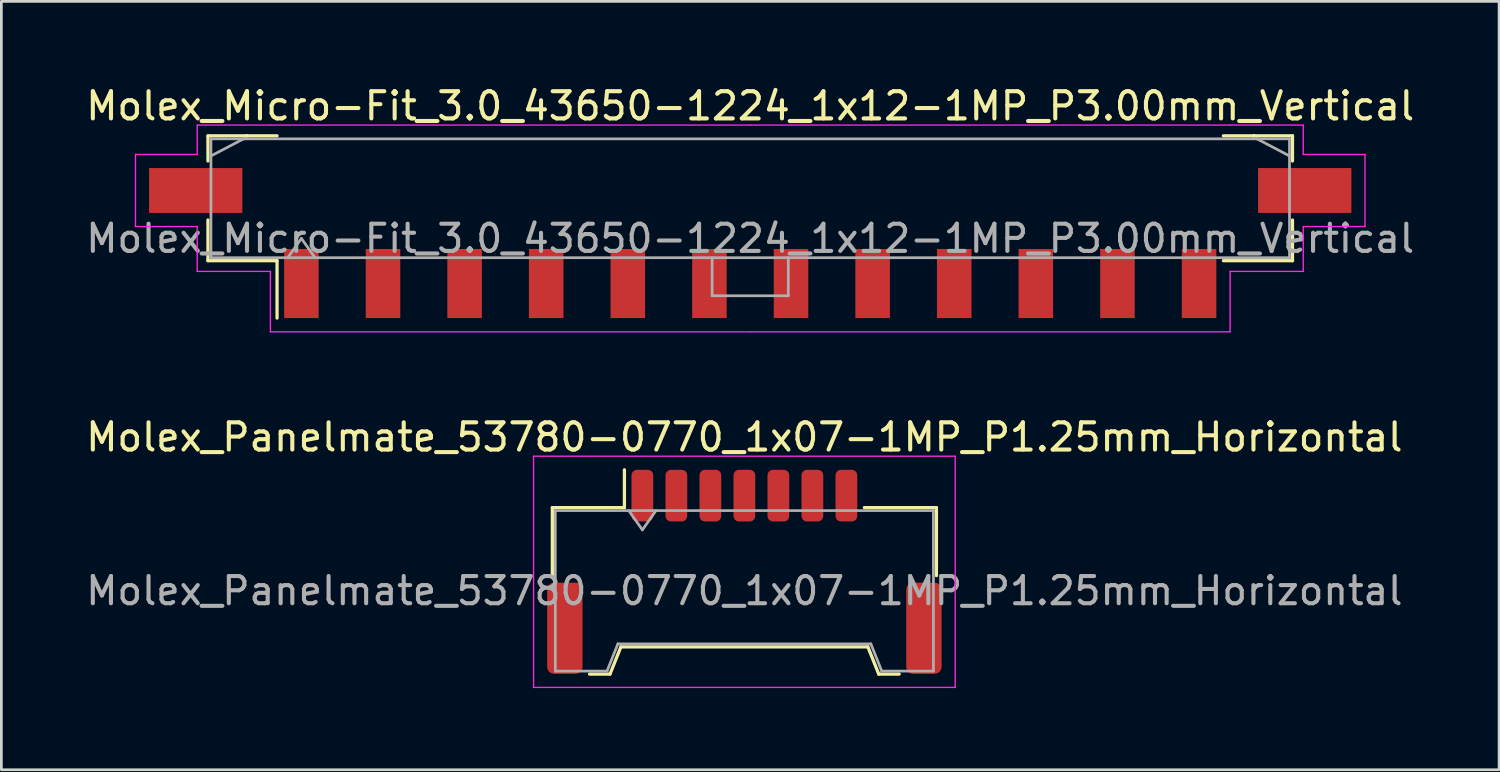
<source format=kicad_pcb>
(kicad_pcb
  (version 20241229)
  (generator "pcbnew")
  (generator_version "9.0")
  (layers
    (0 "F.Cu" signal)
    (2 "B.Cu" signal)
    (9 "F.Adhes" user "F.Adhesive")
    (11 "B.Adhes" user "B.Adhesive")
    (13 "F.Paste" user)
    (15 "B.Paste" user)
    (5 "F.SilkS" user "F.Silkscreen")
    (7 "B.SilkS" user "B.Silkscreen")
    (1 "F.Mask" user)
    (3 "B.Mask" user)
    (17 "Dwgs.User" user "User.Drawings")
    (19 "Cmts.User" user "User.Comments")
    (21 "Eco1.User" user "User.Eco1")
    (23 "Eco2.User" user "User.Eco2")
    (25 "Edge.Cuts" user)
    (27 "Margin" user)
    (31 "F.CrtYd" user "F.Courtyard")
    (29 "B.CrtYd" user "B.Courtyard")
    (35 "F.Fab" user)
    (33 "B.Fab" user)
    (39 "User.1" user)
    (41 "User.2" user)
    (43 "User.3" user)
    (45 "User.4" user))
  (footprint "Molex_Micro-Fit_3.0_43650-1224_1x12-1MP_P3.00mm_Vertical"
    (layer "F.Cu")
    (at 24.53 4.238)
    (property "Reference" "Molex_Micro-Fit_3.0_43650-1224_1x12-1MP_P3.00mm_Vertical" (at 0 -3.39 0) (layer "F.SilkS") (effects (font (size 1 1) (thickness 0.15))))
    (attr smd)
    (fp_line (start -19.935 -2.295) (end -18.515 -2.295) (stroke (width 0.12) (type solid)) (layer "F.SilkS"))
    (fp_line (start -19.935 -1.37) (end -19.935 -2.295) (stroke (width 0.12) (type solid)) (layer "F.SilkS"))
    (fp_line (start -19.935 0.8) (end -19.935 2.295) (stroke (width 0.12) (type solid)) (layer "F.SilkS"))
    (fp_line (start -19.935 2.295) (end -17.395 2.295) (stroke (width 0.12) (type solid)) (layer "F.SilkS"))
    (fp_line (start -18.515 -2.295) (end -18.515 -2.295) (stroke (width 0.12) (type solid)) (layer "F.SilkS"))
    (fp_line (start -18.515 -2.295) (end -17.395 -2.295) (stroke (width 0.12) (type solid)) (layer "F.SilkS"))
    (fp_line (start -17.395 2.295) (end -17.395 4.405) (stroke (width 0.12) (type solid)) (layer "F.SilkS"))
    (fp_line (start 18.515 -2.295) (end 17.395 -2.295) (stroke (width 0.12) (type solid)) (layer "F.SilkS"))
    (fp_line (start 18.515 -2.295) (end 18.515 -2.295) (stroke (width 0.12) (type solid)) (layer "F.SilkS"))
    (fp_line (start 19.935 -2.295) (end 18.515 -2.295) (stroke (width 0.12) (type solid)) (layer "F.SilkS"))
    (fp_line (start 19.935 -1.37) (end 19.935 -2.295) (stroke (width 0.12) (type solid)) (layer "F.SilkS"))
    (fp_line (start 19.935 0.8) (end 19.935 2.295) (stroke (width 0.12) (type solid)) (layer "F.SilkS"))
    (fp_line (start 19.935 2.295) (end 17.395 2.295) (stroke (width 0.12) (type solid)) (layer "F.SilkS"))
    (fp_line (start -22.6 -1.61) (end -22.6 1.04) (stroke (width 0.05) (type solid)) (layer "F.CrtYd"))
    (fp_line (start -22.6 1.04) (end -20.33 1.04) (stroke (width 0.05) (type solid)) (layer "F.CrtYd"))
    (fp_line (start -20.33 -2.69) (end -20.33 -1.61) (stroke (width 0.05) (type solid)) (layer "F.CrtYd"))
    (fp_line (start -20.33 -1.61) (end -22.6 -1.61) (stroke (width 0.05) (type solid)) (layer "F.CrtYd"))
    (fp_line (start -20.33 1.04) (end -20.33 2.69) (stroke (width 0.05) (type solid)) (layer "F.CrtYd"))
    (fp_line (start -20.33 2.69) (end -17.64 2.69) (stroke (width 0.05) (type solid)) (layer "F.CrtYd"))
    (fp_line (start -17.64 -2.69) (end -20.33 -2.69) (stroke (width 0.05) (type solid)) (layer "F.CrtYd"))
    (fp_line (start -17.64 2.69) (end -17.64 4.91) (stroke (width 0.05) (type solid)) (layer "F.CrtYd"))
    (fp_line (start -17.64 4.91) (end 0 4.91) (stroke (width 0.05) (type solid)) (layer "F.CrtYd"))
    (fp_line (start 0 -2.69) (end -17.64 -2.69) (stroke (width 0.05) (type solid)) (layer "F.CrtYd"))
    (fp_line (start 0 -2.69) (end 17.64 -2.69) (stroke (width 0.05) (type solid)) (layer "F.CrtYd"))
    (fp_line (start 17.64 -2.69) (end 20.33 -2.69) (stroke (width 0.05) (type solid)) (layer "F.CrtYd"))
    (fp_line (start 17.64 2.69) (end 17.64 4.91) (stroke (width 0.05) (type solid)) (layer "F.CrtYd"))
    (fp_line (start 17.64 4.91) (end 0 4.91) (stroke (width 0.05) (type solid)) (layer "F.CrtYd"))
    (fp_line (start 20.33 -2.69) (end 20.33 -1.61) (stroke (width 0.05) (type solid)) (layer "F.CrtYd"))
    (fp_line (start 20.33 -1.61) (end 22.6 -1.61) (stroke (width 0.05) (type solid)) (layer "F.CrtYd"))
    (fp_line (start 20.33 1.04) (end 20.33 2.69) (stroke (width 0.05) (type solid)) (layer "F.CrtYd"))
    (fp_line (start 20.33 2.69) (end 17.64 2.69) (stroke (width 0.05) (type solid)) (layer "F.CrtYd"))
    (fp_line (start 22.6 -1.61) (end 22.6 1.04) (stroke (width 0.05) (type solid)) (layer "F.CrtYd"))
    (fp_line (start 22.6 1.04) (end 20.33 1.04) (stroke (width 0.05) (type solid)) (layer "F.CrtYd"))
    (fp_line (start -19.825 -2.185) (end -19.825 2.185) (stroke (width 0.1) (type solid)) (layer "F.Fab"))
    (fp_line (start -19.825 -1.555) (end -18.625 -2.185) (stroke (width 0.1) (type solid)) (layer "F.Fab"))
    (fp_line (start -19.825 2.185) (end 19.825 2.185) (stroke (width 0.1) (type solid)) (layer "F.Fab"))
    (fp_line (start -18.625 -2.185) (end -19.825 -2.185) (stroke (width 0.1) (type solid)) (layer "F.Fab"))
    (fp_line (start -18.625 -2.185) (end -18.625 -2.185) (stroke (width 0.1) (type solid)) (layer "F.Fab"))
    (fp_line (start -17 2.185) (end -16.5 1.478) (stroke (width 0.1) (type solid)) (layer "F.Fab"))
    (fp_line (start -16.5 1.478) (end -16 2.185) (stroke (width 0.1) (type solid)) (layer "F.Fab"))
    (fp_line (start -1.4 2.185) (end -1.4 3.585) (stroke (width 0.1) (type solid)) (layer "F.Fab"))
    (fp_line (start -1.4 3.585) (end 1.4 3.585) (stroke (width 0.1) (type solid)) (layer "F.Fab"))
    (fp_line (start 1.4 3.585) (end 1.4 2.185) (stroke (width 0.1) (type solid)) (layer "F.Fab"))
    (fp_line (start 18.625 -2.185) (end -18.625 -2.185) (stroke (width 0.1) (type solid)) (layer "F.Fab"))
    (fp_line (start 18.625 -2.185) (end 18.625 -2.185) (stroke (width 0.1) (type solid)) (layer "F.Fab"))
    (fp_line (start 19.825 -2.185) (end 18.625 -2.185) (stroke (width 0.1) (type solid)) (layer "F.Fab"))
    (fp_line (start 19.825 -1.555) (end 18.625 -2.185) (stroke (width 0.1) (type solid)) (layer "F.Fab"))
    (fp_line (start 19.825 2.185) (end 19.825 -2.185) (stroke (width 0.1) (type solid)) (layer "F.Fab"))
    (fp_text user "${REFERENCE}" (at 0 1.48 0) (layer "F.Fab") (effects (font (size 1 1) (thickness 0.15))))
    (pad "1" smd rect (at -16.5 3.135) (size 1.27 2.54) (layers "F.Cu" "F.Mask" "F.Paste"))
    (pad "2" smd rect (at -13.5 3.135) (size 1.27 2.54) (layers "F.Cu" "F.Mask" "F.Paste"))
    (pad "3" smd rect (at -10.5 3.135) (size 1.27 2.54) (layers "F.Cu" "F.Mask" "F.Paste"))
    (pad "4" smd rect (at -7.5 3.135) (size 1.27 2.54) (layers "F.Cu" "F.Mask" "F.Paste"))
    (pad "5" smd rect (at -4.5 3.135) (size 1.27 2.54) (layers "F.Cu" "F.Mask" "F.Paste"))
    (pad "6" smd rect (at -1.5 3.135) (size 1.27 2.54) (layers "F.Cu" "F.Mask" "F.Paste"))
    (pad "7" smd rect (at 1.5 3.135) (size 1.27 2.54) (layers "F.Cu" "F.Mask" "F.Paste"))
    (pad "8" smd rect (at 4.5 3.135) (size 1.27 2.54) (layers "F.Cu" "F.Mask" "F.Paste"))
    (pad "9" smd rect (at 7.5 3.135) (size 1.27 2.54) (layers "F.Cu" "F.Mask" "F.Paste"))
    (pad "10" smd rect (at 10.5 3.135) (size 1.27 2.54) (layers "F.Cu" "F.Mask" "F.Paste"))
    (pad "11" smd rect (at 13.5 3.135) (size 1.27 2.54) (layers "F.Cu" "F.Mask" "F.Paste"))
    (pad "12" smd rect (at 16.5 3.135) (size 1.27 2.54) (layers "F.Cu" "F.Mask" "F.Paste"))
    (pad "MP" smd rect (at -20.385 -0.285) (size 3.43 1.65) (layers "F.Cu" "F.Mask" "F.Paste"))
    (pad "MP" smd rect (at 20.385 -0.285) (size 3.43 1.65) (layers "F.Cu" "F.Mask" "F.Paste")))
  (footprint "Molex_Panelmate_53780-0770_1x07-1MP_P1.25mm_Horizontal"
    (layer "F.Cu")
    (at 24.315 17.971)
    (property "Reference" "Molex_Panelmate_53780-0770_1x07-1MP_P1.25mm_Horizontal" (at 0 -4.95 0) (layer "F.SilkS") (effects (font (size 1 1) (thickness 0.15))))
    (attr smd)
    (fp_line (start -7.06 -2.36) (end -4.41 -2.36) (stroke (width 0.12) (type solid)) (layer "F.SilkS"))
    (fp_line (start -7.06 0.14) (end -7.06 -2.36) (stroke (width 0.12) (type solid)) (layer "F.SilkS"))
    (fp_line (start -5.69 3.76) (end -4.94 3.76) (stroke (width 0.12) (type solid)) (layer "F.SilkS"))
    (fp_line (start -4.94 3.76) (end -4.54 2.76) (stroke (width 0.12) (type solid)) (layer "F.SilkS"))
    (fp_line (start -4.54 2.76) (end 4.54 2.76) (stroke (width 0.12) (type solid)) (layer "F.SilkS"))
    (fp_line (start -4.41 -2.36) (end -4.41 -3.75) (stroke (width 0.12) (type solid)) (layer "F.SilkS"))
    (fp_line (start 4.54 2.76) (end 4.94 3.76) (stroke (width 0.12) (type solid)) (layer "F.SilkS"))
    (fp_line (start 4.94 3.76) (end 5.69 3.76) (stroke (width 0.12) (type solid)) (layer "F.SilkS"))
    (fp_line (start 7.06 -2.36) (end 4.41 -2.36) (stroke (width 0.12) (type solid)) (layer "F.SilkS"))
    (fp_line (start 7.06 0.14) (end 7.06 -2.36) (stroke (width 0.12) (type solid)) (layer "F.SilkS"))
    (fp_line (start -7.75 -4.25) (end -7.75 4.25) (stroke (width 0.05) (type solid)) (layer "F.CrtYd"))
    (fp_line (start -7.75 4.25) (end 7.75 4.25) (stroke (width 0.05) (type solid)) (layer "F.CrtYd"))
    (fp_line (start 7.75 -4.25) (end -7.75 -4.25) (stroke (width 0.05) (type solid)) (layer "F.CrtYd"))
    (fp_line (start 7.75 4.25) (end 7.75 -4.25) (stroke (width 0.05) (type solid)) (layer "F.CrtYd"))
    (fp_line (start -6.95 -2.25) (end -6.95 3.65) (stroke (width 0.1) (type solid)) (layer "F.Fab"))
    (fp_line (start -6.95 -2.25) (end 6.95 -2.25) (stroke (width 0.1) (type solid)) (layer "F.Fab"))
    (fp_line (start -6.95 3.65) (end -5.05 3.65) (stroke (width 0.1) (type solid)) (layer "F.Fab"))
    (fp_line (start -5.05 3.65) (end -4.65 2.65) (stroke (width 0.1) (type solid)) (layer "F.Fab"))
    (fp_line (start -4.65 2.65) (end 4.65 2.65) (stroke (width 0.1) (type solid)) (layer "F.Fab"))
    (fp_line (start -4.25 -2.25) (end -3.75 -1.543) (stroke (width 0.1) (type solid)) (layer "F.Fab"))
    (fp_line (start -3.75 -1.543) (end -3.25 -2.25) (stroke (width 0.1) (type solid)) (layer "F.Fab"))
    (fp_line (start 4.65 2.65) (end 5.05 3.65) (stroke (width 0.1) (type solid)) (layer "F.Fab"))
    (fp_line (start 5.05 3.65) (end 6.95 3.65) (stroke (width 0.1) (type solid)) (layer "F.Fab"))
    (fp_line (start 6.95 -2.25) (end 6.95 3.65) (stroke (width 0.1) (type solid)) (layer "F.Fab"))
    (fp_text user "${REFERENCE}" (at 0 0.7 0) (layer "F.Fab") (effects (font (size 1 1) (thickness 0.15))))
    (pad "1" smd roundrect (at -3.75 -2.8) (size 0.8 1.9) (layers "F.Cu" "F.Mask" "F.Paste") (roundrect_rratio 0.25))
    (pad "2" smd roundrect (at -2.5 -2.8) (size 0.8 1.9) (layers "F.Cu" "F.Mask" "F.Paste") (roundrect_rratio 0.25))
    (pad "3" smd roundrect (at -1.25 -2.8) (size 0.8 1.9) (layers "F.Cu" "F.Mask" "F.Paste") (roundrect_rratio 0.25))
    (pad "4" smd roundrect (at 0 -2.8) (size 0.8 1.9) (layers "F.Cu" "F.Mask" "F.Paste") (roundrect_rratio 0.25))
    (pad "5" smd roundrect (at 1.25 -2.8) (size 0.8 1.9) (layers "F.Cu" "F.Mask" "F.Paste") (roundrect_rratio 0.25))
    (pad "6" smd roundrect (at 2.5 -2.8) (size 0.8 1.9) (layers "F.Cu" "F.Mask" "F.Paste") (roundrect_rratio 0.25))
    (pad "7" smd roundrect (at 3.75 -2.8) (size 0.8 1.9) (layers "F.Cu" "F.Mask" "F.Paste") (roundrect_rratio 0.25))
    (pad "MP" smd roundrect (at -6.6 2.075) (size 1.3 3.35) (layers "F.Cu" "F.Mask" "F.Paste") (roundrect_rratio 0.192))
    (pad "MP" smd roundrect (at 6.6 2.075) (size 1.3 3.35) (layers "F.Cu" "F.Mask" "F.Paste") (roundrect_rratio 0.192)))
  (gr_rect
    (start -3 -3)
    (end 52.06 25.247)
    (stroke (width 0.1) (type default))
    (fill no)
    (layer "Edge.Cuts")))
</source>
